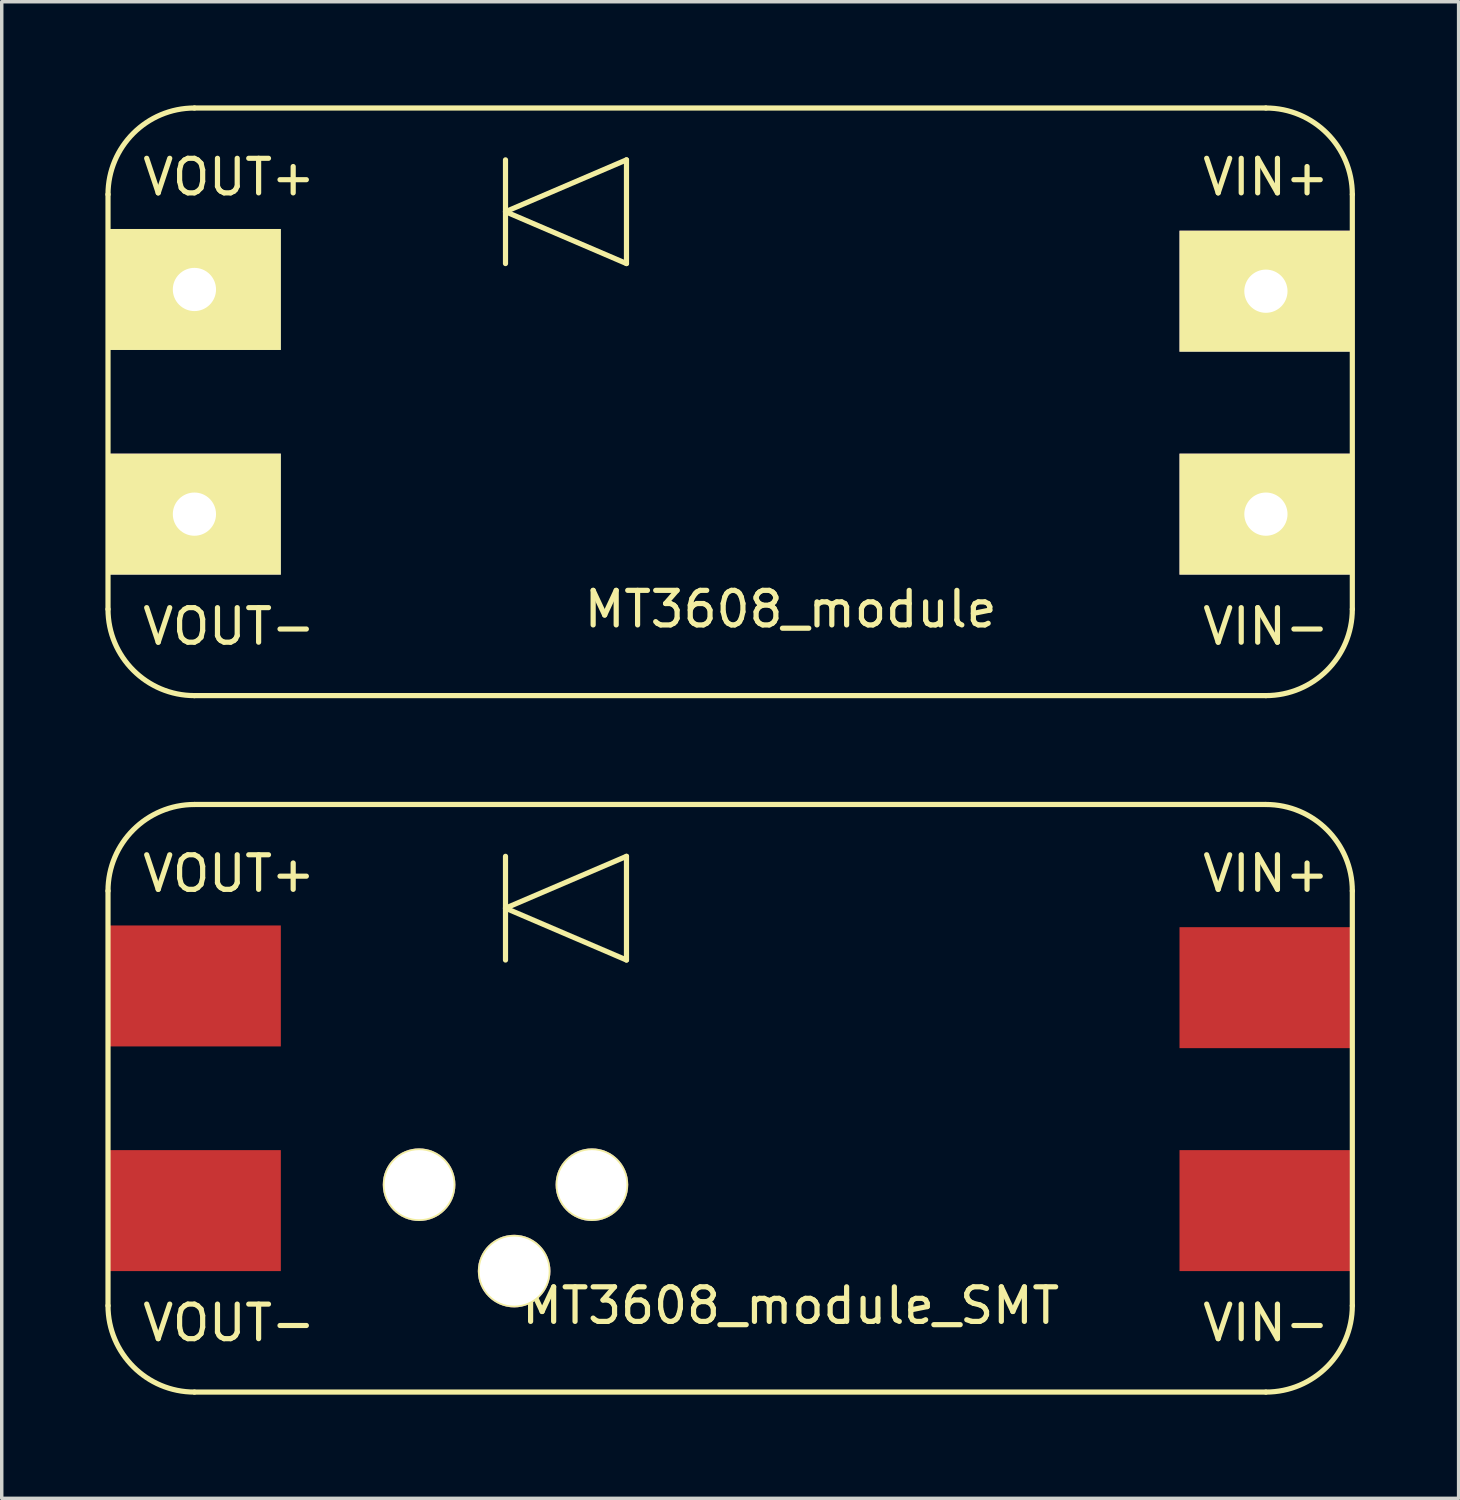
<source format=kicad_pcb>
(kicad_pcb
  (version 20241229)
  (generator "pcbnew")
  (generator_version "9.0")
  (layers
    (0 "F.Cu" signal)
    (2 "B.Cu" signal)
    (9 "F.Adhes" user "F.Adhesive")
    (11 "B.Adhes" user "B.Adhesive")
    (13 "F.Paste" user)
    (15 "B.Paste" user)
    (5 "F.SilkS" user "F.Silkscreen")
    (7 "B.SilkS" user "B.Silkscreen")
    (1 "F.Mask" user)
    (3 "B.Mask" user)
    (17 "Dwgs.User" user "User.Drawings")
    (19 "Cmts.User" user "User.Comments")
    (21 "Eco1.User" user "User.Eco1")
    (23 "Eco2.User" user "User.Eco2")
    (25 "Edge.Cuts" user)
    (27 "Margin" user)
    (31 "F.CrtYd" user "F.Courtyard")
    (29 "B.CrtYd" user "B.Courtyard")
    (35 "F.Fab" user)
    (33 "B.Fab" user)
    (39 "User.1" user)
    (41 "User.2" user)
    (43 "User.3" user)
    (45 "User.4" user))
  (footprint "MT3608_module"
    (layer "F.Cu")
    (at 19.575 8.575)
    (property "Reference" "MT3608_module" (at 0.25 6 180) (layer "F.SilkS") (effects (font (size 1 1) (thickness 0.15))))
    (attr through_hole)
    (fp_line (start -19.5 -6) (end -19.5 6) (stroke (width 0.15) (type solid)) (layer "F.SilkS"))
    (fp_line (start -17 8.5) (end 14 8.5) (stroke (width 0.15) (type solid)) (layer "F.SilkS"))
    (fp_line (start -8 -7) (end -8 -4) (stroke (width 0.15) (type solid)) (layer "F.SilkS"))
    (fp_line (start -8 -5.5) (end -4.5 -7) (stroke (width 0.15) (type solid)) (layer "F.SilkS"))
    (fp_line (start -4.5 -7) (end -4.5 -4) (stroke (width 0.15) (type solid)) (layer "F.SilkS"))
    (fp_line (start -4.5 -4) (end -8 -5.5) (stroke (width 0.15) (type solid)) (layer "F.SilkS"))
    (fp_line (start 14 -8.5) (end -17 -8.5) (stroke (width 0.15) (type solid)) (layer "F.SilkS"))
    (fp_line (start 16.5 6) (end 16.5 -6) (stroke (width 0.15) (type solid)) (layer "F.SilkS"))
    (fp_arc (start -19.5 -6) (mid -18.767767 -7.767767) (end -17 -8.5) (stroke (width 0.15) (type solid)) (layer "F.SilkS"))
    (fp_arc (start -17 8.5) (mid -18.767767 7.767767) (end -19.5 6) (stroke (width 0.15) (type solid)) (layer "F.SilkS"))
    (fp_arc (start 14 -8.5) (mid 15.767767 -7.767767) (end 16.5 -6) (stroke (width 0.15) (type solid)) (layer "F.SilkS"))
    (fp_arc (start 16.5 6) (mid 15.767767 7.767767) (end 14 8.5) (stroke (width 0.15) (type solid)) (layer "F.SilkS"))
    (fp_text user "VOUT-" (at -16 6.5 0) (layer "F.SilkS") (effects (font (size 1 1) (thickness 0.15))))
    (fp_text user "VOUT+" (at -16 -6.5 0) (layer "F.SilkS") (effects (font (size 1 1) (thickness 0.15))))
    (fp_text user "VIN+" (at 14 -6.5 0) (layer "F.SilkS") (effects (font (size 1 1) (thickness 0.15))))
    (fp_text user "VIN-" (at 14 6.5 0) (layer "F.SilkS") (effects (font (size 1 1) (thickness 0.15))))
    (pad "1" thru_hole rect (at 14 -3.2 180) (size 5 3.5) (drill 1.25) (layers "*.Cu" "*.Mask" "F.SilkS"))
    (pad "2" thru_hole rect (at 14 3.25 180) (size 5 3.5) (drill 1.25) (layers "*.Cu" "*.Mask" "F.SilkS"))
    (pad "3" thru_hole rect (at -17 3.25 180) (size 5 3.5) (drill 1.25) (layers "*.Cu" "*.Mask" "F.SilkS"))
    (pad "4" thru_hole rect (at -17 -3.25 180) (size 5 3.5) (drill 1.25) (layers "*.Cu" "*.Mask" "F.SilkS")))
  (footprint "MT3608_module_SMT"
    (layer "F.Cu")
    (at 19.575 28.725)
    (property "Reference" "MT3608_module_SMT" (at 0.25 6 180) (layer "F.SilkS") (effects (font (size 1 1) (thickness 0.15))))
    (attr through_hole)
    (fp_line (start -19.5 -6) (end -19.5 6) (stroke (width 0.15) (type solid)) (layer "F.SilkS"))
    (fp_line (start -17 8.5) (end 14 8.5) (stroke (width 0.15) (type solid)) (layer "F.SilkS"))
    (fp_line (start -8 -7) (end -8 -4) (stroke (width 0.15) (type solid)) (layer "F.SilkS"))
    (fp_line (start -8 -5.5) (end -4.5 -7) (stroke (width 0.15) (type solid)) (layer "F.SilkS"))
    (fp_line (start -4.5 -7) (end -4.5 -4) (stroke (width 0.15) (type solid)) (layer "F.SilkS"))
    (fp_line (start -4.5 -4) (end -8 -5.5) (stroke (width 0.15) (type solid)) (layer "F.SilkS"))
    (fp_line (start 14 -8.5) (end -17 -8.5) (stroke (width 0.15) (type solid)) (layer "F.SilkS"))
    (fp_line (start 16.5 6) (end 16.5 -6) (stroke (width 0.15) (type solid)) (layer "F.SilkS"))
    (fp_arc (start -19.5 -6) (mid -18.767767 -7.767767) (end -17 -8.5) (stroke (width 0.15) (type solid)) (layer "F.SilkS"))
    (fp_arc (start -17 8.5) (mid -18.767767 7.767767) (end -19.5 6) (stroke (width 0.15) (type solid)) (layer "F.SilkS"))
    (fp_arc (start 14 -8.5) (mid 15.767767 -7.767767) (end 16.5 -6) (stroke (width 0.15) (type solid)) (layer "F.SilkS"))
    (fp_arc (start 16.5 6) (mid 15.767767 7.767767) (end 14 8.5) (stroke (width 0.15) (type solid)) (layer "F.SilkS"))
    (fp_text user "VOUT+" (at -16 -6.5 0) (layer "F.SilkS") (effects (font (size 1 1) (thickness 0.15))))
    (fp_text user "VIN-" (at 14 6.5 0) (layer "F.SilkS") (effects (font (size 1 1) (thickness 0.15))))
    (fp_text user "VOUT-" (at -16 6.5 0) (layer "F.SilkS") (effects (font (size 1 1) (thickness 0.15))))
    (fp_text user "VIN+" (at 14 -6.5 0) (layer "F.SilkS") (effects (font (size 1 1) (thickness 0.15))))
    (pad "" thru_hole circle (at -10.5 2.5) (size 2.1 2.1) (drill 2) (layers "*.Cu" "*.Mask" "F.SilkS"))
    (pad "" thru_hole circle (at -7.75 5) (size 2.1 2.1) (drill 2) (layers "*.Cu" "*.Mask" "F.SilkS"))
    (pad "" thru_hole circle (at -5.5 2.5) (size 2.1 2.1) (drill 2) (layers "*.Cu" "*.Mask" "F.SilkS"))
    (pad "1" smd rect (at 14 -3.2 180) (size 5 3.5) (layers "F.Cu" "F.Mask" "F.Paste"))
    (pad "2" smd rect (at 14 3.25 180) (size 5 3.5) (layers "F.Cu" "F.Mask" "F.Paste"))
    (pad "3" smd rect (at -17 3.25 180) (size 5 3.5) (layers "F.Cu" "F.Mask" "F.Paste"))
    (pad "4" smd rect (at -17 -3.25 180) (size 5 3.5) (layers "F.Cu" "F.Mask" "F.Paste")))
  (gr_rect
    (start -3 -3)
    (end 39.15 40.3)
    (stroke (width 0.1) (type default))
    (fill no)
    (layer "Edge.Cuts")))
</source>
